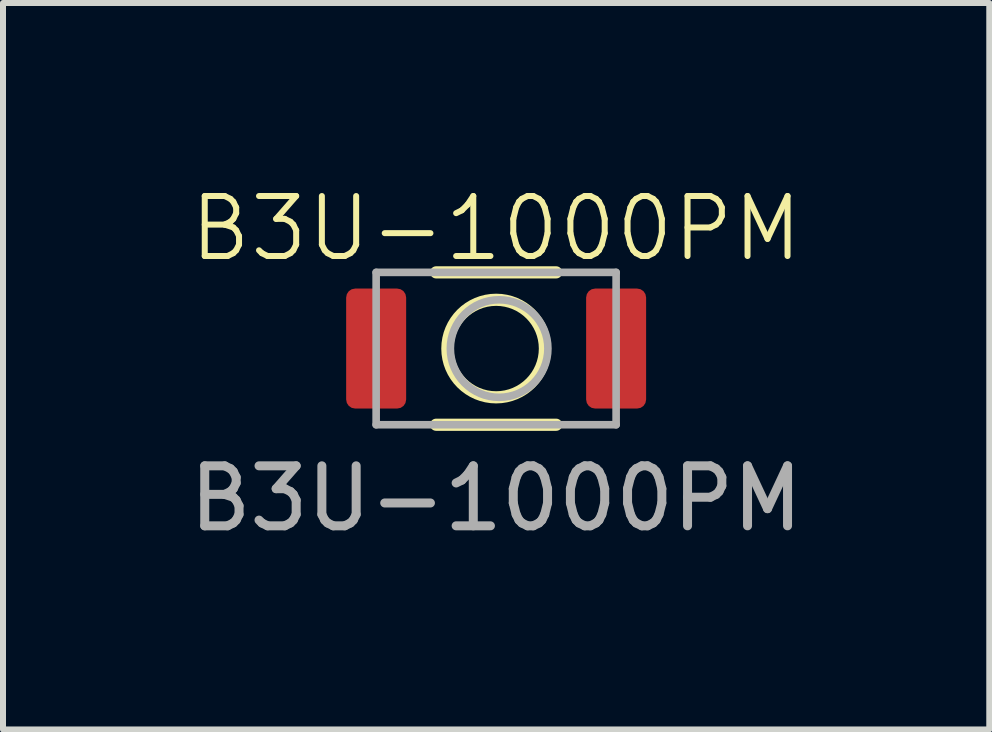
<source format=kicad_pcb>
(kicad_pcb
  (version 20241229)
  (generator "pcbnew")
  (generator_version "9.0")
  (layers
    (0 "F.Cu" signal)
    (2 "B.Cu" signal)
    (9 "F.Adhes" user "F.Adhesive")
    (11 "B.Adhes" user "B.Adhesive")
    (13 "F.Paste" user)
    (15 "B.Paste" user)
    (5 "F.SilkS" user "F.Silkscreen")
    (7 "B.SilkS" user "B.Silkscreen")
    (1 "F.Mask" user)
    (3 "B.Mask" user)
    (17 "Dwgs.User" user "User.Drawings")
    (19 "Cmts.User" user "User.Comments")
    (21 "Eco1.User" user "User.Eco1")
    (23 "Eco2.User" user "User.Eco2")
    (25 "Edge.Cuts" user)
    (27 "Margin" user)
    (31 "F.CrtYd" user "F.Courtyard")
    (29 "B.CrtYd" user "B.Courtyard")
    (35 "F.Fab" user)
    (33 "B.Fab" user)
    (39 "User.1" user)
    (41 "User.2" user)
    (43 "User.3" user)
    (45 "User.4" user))
  (footprint "B3U-1000PM"
    (layer "F.Cu")
    (at 5.22 2.76)
    (property "Reference" "B3U-1000PM" (at 0 -2 0) (unlocked yes) (layer "F.SilkS") (effects (font (size 1 1) (thickness 0.1))))
    (attr smd)
    (fp_line (start -1 -1.27) (end 1 -1.27) (stroke (width 0.203) (type solid)) (layer "F.SilkS"))
    (fp_line (start -1 1.27) (end 1 1.27) (stroke (width 0.203) (type solid)) (layer "F.SilkS"))
    (fp_circle (center 0 0) (end 0.813 0) (stroke (width 0.203) (type solid)) (fill no) (layer "F.SilkS"))
    (fp_line (start -2 -1.27) (end 2 -1.27) (stroke (width 0.127) (type solid)) (layer "F.Fab"))
    (fp_line (start -2 1.27) (end -2 -1.27) (stroke (width 0.127) (type solid)) (layer "F.Fab"))
    (fp_line (start 2 -1.27) (end 2 1.27) (stroke (width 0.127) (type solid)) (layer "F.Fab"))
    (fp_line (start 2 1.27) (end -2 1.27) (stroke (width 0.127) (type solid)) (layer "F.Fab"))
    (fp_circle (center 0.05 0) (end 0.863 0) (stroke (width 0.127) (type solid)) (fill no) (layer "F.Fab"))
    (fp_text user "${REFERENCE}" (at 0 2.5 0) (unlocked yes) (layer "F.Fab") (effects (font (size 1 1) (thickness 0.15))))
    (pad "1" smd roundrect (at -2 0) (size 1 2) (layers "F.Cu" "F.Mask" "F.Paste") (roundrect_rratio 0.15))
    (pad "2" smd roundrect (at 2 0) (size 1 2) (layers "F.Cu" "F.Mask" "F.Paste") (roundrect_rratio 0.15)))
  (gr_rect
    (start -3 -3)
    (end 13.44 9.109)
    (stroke (width 0.1) (type default))
    (fill no)
    (layer "Edge.Cuts")))
</source>
